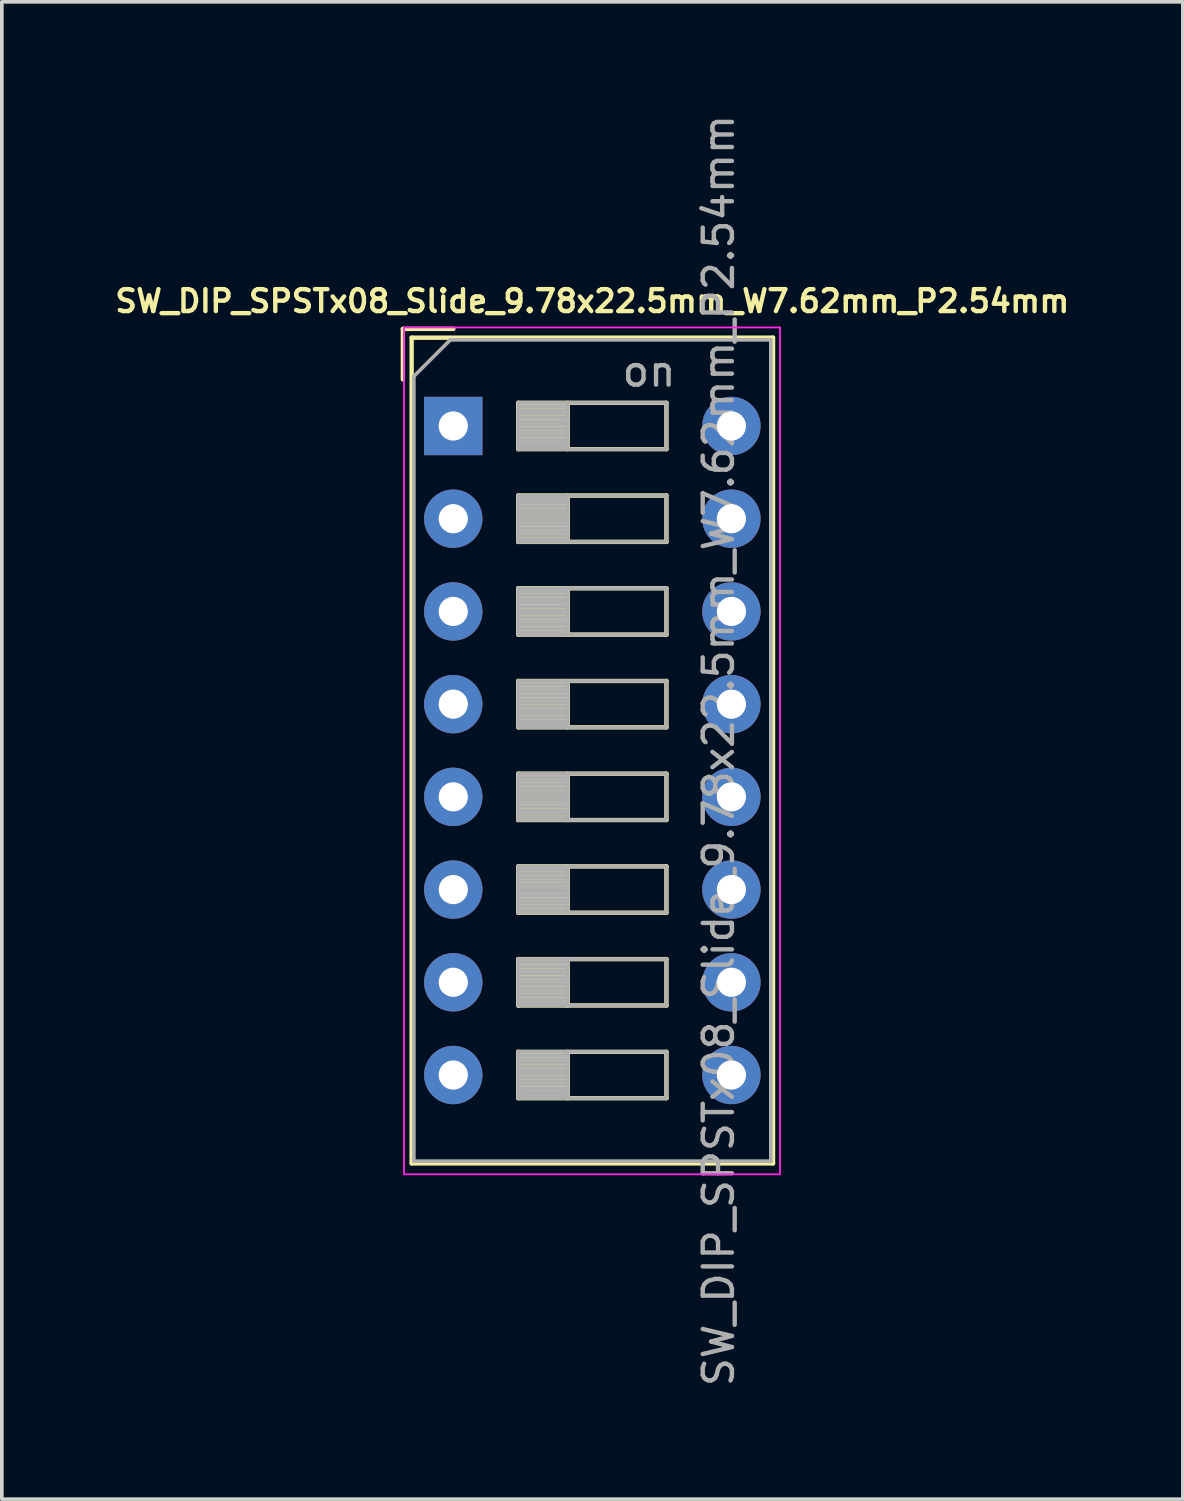
<source format=kicad_pcb>
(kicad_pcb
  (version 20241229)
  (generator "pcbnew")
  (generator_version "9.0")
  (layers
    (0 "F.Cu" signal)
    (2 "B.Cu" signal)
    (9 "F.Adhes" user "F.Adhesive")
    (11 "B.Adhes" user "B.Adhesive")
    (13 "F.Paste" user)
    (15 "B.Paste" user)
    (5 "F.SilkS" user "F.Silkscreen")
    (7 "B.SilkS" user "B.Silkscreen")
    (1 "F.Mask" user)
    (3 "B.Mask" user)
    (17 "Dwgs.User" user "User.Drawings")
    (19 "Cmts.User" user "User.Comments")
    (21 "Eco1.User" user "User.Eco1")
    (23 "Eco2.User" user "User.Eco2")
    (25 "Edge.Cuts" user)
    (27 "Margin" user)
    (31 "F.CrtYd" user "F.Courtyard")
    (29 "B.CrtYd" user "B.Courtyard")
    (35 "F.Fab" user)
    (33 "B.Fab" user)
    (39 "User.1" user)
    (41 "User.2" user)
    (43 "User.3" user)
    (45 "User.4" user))
  (footprint "SW_DIP_SPSTx08_Slide_9.78x22.5mm_W7.62mm_P2.54mm"
    (layer "F.Cu")
    (at 9.367 8.62)
    (property "Reference" "SW_DIP_SPSTx08_Slide_9.78x22.5mm_W7.62mm_P2.54mm" (at 3.81 -3.42 180) (layer "F.SilkS") (effects (font (size 0.6 0.6) (thickness 0.12))))
    (attr through_hole)
    (fp_line (start -1.38 -2.66) (end -1.38 -1.277) (stroke (width 0.12) (type solid)) (layer "F.SilkS"))
    (fp_line (start -1.38 -2.66) (end 0.004 -2.66) (stroke (width 0.12) (type solid)) (layer "F.SilkS"))
    (fp_line (start -1.14 -2.42) (end -1.14 20.201) (stroke (width 0.12) (type solid)) (layer "F.SilkS"))
    (fp_line (start -1.14 -2.42) (end 8.76 -2.42) (stroke (width 0.12) (type solid)) (layer "F.SilkS"))
    (fp_line (start -1.14 20.201) (end 8.76 20.201) (stroke (width 0.12) (type solid)) (layer "F.SilkS"))
    (fp_line (start 1.78 -0.635) (end 1.78 0.635) (stroke (width 0.12) (type solid)) (layer "F.SilkS"))
    (fp_line (start 1.78 -0.515) (end 3.133 -0.515) (stroke (width 0.12) (type solid)) (layer "F.SilkS"))
    (fp_line (start 1.78 -0.395) (end 3.133 -0.395) (stroke (width 0.12) (type solid)) (layer "F.SilkS"))
    (fp_line (start 1.78 -0.275) (end 3.133 -0.275) (stroke (width 0.12) (type solid)) (layer "F.SilkS"))
    (fp_line (start 1.78 -0.155) (end 3.133 -0.155) (stroke (width 0.12) (type solid)) (layer "F.SilkS"))
    (fp_line (start 1.78 -0.035) (end 3.133 -0.035) (stroke (width 0.12) (type solid)) (layer "F.SilkS"))
    (fp_line (start 1.78 0.085) (end 3.133 0.085) (stroke (width 0.12) (type solid)) (layer "F.SilkS"))
    (fp_line (start 1.78 0.205) (end 3.133 0.205) (stroke (width 0.12) (type solid)) (layer "F.SilkS"))
    (fp_line (start 1.78 0.325) (end 3.133 0.325) (stroke (width 0.12) (type solid)) (layer "F.SilkS"))
    (fp_line (start 1.78 0.445) (end 3.133 0.445) (stroke (width 0.12) (type solid)) (layer "F.SilkS"))
    (fp_line (start 1.78 0.565) (end 3.133 0.565) (stroke (width 0.12) (type solid)) (layer "F.SilkS"))
    (fp_line (start 1.78 0.635) (end 5.84 0.635) (stroke (width 0.12) (type solid)) (layer "F.SilkS"))
    (fp_line (start 1.78 1.905) (end 1.78 3.175) (stroke (width 0.12) (type solid)) (layer "F.SilkS"))
    (fp_line (start 1.78 2.025) (end 3.133 2.025) (stroke (width 0.12) (type solid)) (layer "F.SilkS"))
    (fp_line (start 1.78 2.145) (end 3.133 2.145) (stroke (width 0.12) (type solid)) (layer "F.SilkS"))
    (fp_line (start 1.78 2.265) (end 3.133 2.265) (stroke (width 0.12) (type solid)) (layer "F.SilkS"))
    (fp_line (start 1.78 2.385) (end 3.133 2.385) (stroke (width 0.12) (type solid)) (layer "F.SilkS"))
    (fp_line (start 1.78 2.505) (end 3.133 2.505) (stroke (width 0.12) (type solid)) (layer "F.SilkS"))
    (fp_line (start 1.78 2.625) (end 3.133 2.625) (stroke (width 0.12) (type solid)) (layer "F.SilkS"))
    (fp_line (start 1.78 2.745) (end 3.133 2.745) (stroke (width 0.12) (type solid)) (layer "F.SilkS"))
    (fp_line (start 1.78 2.865) (end 3.133 2.865) (stroke (width 0.12) (type solid)) (layer "F.SilkS"))
    (fp_line (start 1.78 2.985) (end 3.133 2.985) (stroke (width 0.12) (type solid)) (layer "F.SilkS"))
    (fp_line (start 1.78 3.105) (end 3.133 3.105) (stroke (width 0.12) (type solid)) (layer "F.SilkS"))
    (fp_line (start 1.78 3.175) (end 5.84 3.175) (stroke (width 0.12) (type solid)) (layer "F.SilkS"))
    (fp_line (start 1.78 4.445) (end 1.78 5.715) (stroke (width 0.12) (type solid)) (layer "F.SilkS"))
    (fp_line (start 1.78 4.565) (end 3.133 4.565) (stroke (width 0.12) (type solid)) (layer "F.SilkS"))
    (fp_line (start 1.78 4.685) (end 3.133 4.685) (stroke (width 0.12) (type solid)) (layer "F.SilkS"))
    (fp_line (start 1.78 4.805) (end 3.133 4.805) (stroke (width 0.12) (type solid)) (layer "F.SilkS"))
    (fp_line (start 1.78 4.925) (end 3.133 4.925) (stroke (width 0.12) (type solid)) (layer "F.SilkS"))
    (fp_line (start 1.78 5.045) (end 3.133 5.045) (stroke (width 0.12) (type solid)) (layer "F.SilkS"))
    (fp_line (start 1.78 5.165) (end 3.133 5.165) (stroke (width 0.12) (type solid)) (layer "F.SilkS"))
    (fp_line (start 1.78 5.285) (end 3.133 5.285) (stroke (width 0.12) (type solid)) (layer "F.SilkS"))
    (fp_line (start 1.78 5.405) (end 3.133 5.405) (stroke (width 0.12) (type solid)) (layer "F.SilkS"))
    (fp_line (start 1.78 5.525) (end 3.133 5.525) (stroke (width 0.12) (type solid)) (layer "F.SilkS"))
    (fp_line (start 1.78 5.645) (end 3.133 5.645) (stroke (width 0.12) (type solid)) (layer "F.SilkS"))
    (fp_line (start 1.78 5.715) (end 5.84 5.715) (stroke (width 0.12) (type solid)) (layer "F.SilkS"))
    (fp_line (start 1.78 6.985) (end 1.78 8.255) (stroke (width 0.12) (type solid)) (layer "F.SilkS"))
    (fp_line (start 1.78 7.105) (end 3.133 7.105) (stroke (width 0.12) (type solid)) (layer "F.SilkS"))
    (fp_line (start 1.78 7.225) (end 3.133 7.225) (stroke (width 0.12) (type solid)) (layer "F.SilkS"))
    (fp_line (start 1.78 7.345) (end 3.133 7.345) (stroke (width 0.12) (type solid)) (layer "F.SilkS"))
    (fp_line (start 1.78 7.465) (end 3.133 7.465) (stroke (width 0.12) (type solid)) (layer "F.SilkS"))
    (fp_line (start 1.78 7.585) (end 3.133 7.585) (stroke (width 0.12) (type solid)) (layer "F.SilkS"))
    (fp_line (start 1.78 7.705) (end 3.133 7.705) (stroke (width 0.12) (type solid)) (layer "F.SilkS"))
    (fp_line (start 1.78 7.825) (end 3.133 7.825) (stroke (width 0.12) (type solid)) (layer "F.SilkS"))
    (fp_line (start 1.78 7.945) (end 3.133 7.945) (stroke (width 0.12) (type solid)) (layer "F.SilkS"))
    (fp_line (start 1.78 8.065) (end 3.133 8.065) (stroke (width 0.12) (type solid)) (layer "F.SilkS"))
    (fp_line (start 1.78 8.185) (end 3.133 8.185) (stroke (width 0.12) (type solid)) (layer "F.SilkS"))
    (fp_line (start 1.78 8.255) (end 5.84 8.255) (stroke (width 0.12) (type solid)) (layer "F.SilkS"))
    (fp_line (start 1.78 9.525) (end 1.78 10.795) (stroke (width 0.12) (type solid)) (layer "F.SilkS"))
    (fp_line (start 1.78 9.645) (end 3.133 9.645) (stroke (width 0.12) (type solid)) (layer "F.SilkS"))
    (fp_line (start 1.78 9.765) (end 3.133 9.765) (stroke (width 0.12) (type solid)) (layer "F.SilkS"))
    (fp_line (start 1.78 9.885) (end 3.133 9.885) (stroke (width 0.12) (type solid)) (layer "F.SilkS"))
    (fp_line (start 1.78 10.005) (end 3.133 10.005) (stroke (width 0.12) (type solid)) (layer "F.SilkS"))
    (fp_line (start 1.78 10.125) (end 3.133 10.125) (stroke (width 0.12) (type solid)) (layer "F.SilkS"))
    (fp_line (start 1.78 10.245) (end 3.133 10.245) (stroke (width 0.12) (type solid)) (layer "F.SilkS"))
    (fp_line (start 1.78 10.365) (end 3.133 10.365) (stroke (width 0.12) (type solid)) (layer "F.SilkS"))
    (fp_line (start 1.78 10.485) (end 3.133 10.485) (stroke (width 0.12) (type solid)) (layer "F.SilkS"))
    (fp_line (start 1.78 10.605) (end 3.133 10.605) (stroke (width 0.12) (type solid)) (layer "F.SilkS"))
    (fp_line (start 1.78 10.725) (end 3.133 10.725) (stroke (width 0.12) (type solid)) (layer "F.SilkS"))
    (fp_line (start 1.78 10.795) (end 5.84 10.795) (stroke (width 0.12) (type solid)) (layer "F.SilkS"))
    (fp_line (start 1.78 12.065) (end 1.78 13.335) (stroke (width 0.12) (type solid)) (layer "F.SilkS"))
    (fp_line (start 1.78 12.185) (end 3.133 12.185) (stroke (width 0.12) (type solid)) (layer "F.SilkS"))
    (fp_line (start 1.78 12.305) (end 3.133 12.305) (stroke (width 0.12) (type solid)) (layer "F.SilkS"))
    (fp_line (start 1.78 12.425) (end 3.133 12.425) (stroke (width 0.12) (type solid)) (layer "F.SilkS"))
    (fp_line (start 1.78 12.545) (end 3.133 12.545) (stroke (width 0.12) (type solid)) (layer "F.SilkS"))
    (fp_line (start 1.78 12.665) (end 3.133 12.665) (stroke (width 0.12) (type solid)) (layer "F.SilkS"))
    (fp_line (start 1.78 12.785) (end 3.133 12.785) (stroke (width 0.12) (type solid)) (layer "F.SilkS"))
    (fp_line (start 1.78 12.905) (end 3.133 12.905) (stroke (width 0.12) (type solid)) (layer "F.SilkS"))
    (fp_line (start 1.78 13.025) (end 3.133 13.025) (stroke (width 0.12) (type solid)) (layer "F.SilkS"))
    (fp_line (start 1.78 13.145) (end 3.133 13.145) (stroke (width 0.12) (type solid)) (layer "F.SilkS"))
    (fp_line (start 1.78 13.265) (end 3.133 13.265) (stroke (width 0.12) (type solid)) (layer "F.SilkS"))
    (fp_line (start 1.78 13.335) (end 5.84 13.335) (stroke (width 0.12) (type solid)) (layer "F.SilkS"))
    (fp_line (start 1.78 14.605) (end 1.78 15.875) (stroke (width 0.12) (type solid)) (layer "F.SilkS"))
    (fp_line (start 1.78 14.725) (end 3.133 14.725) (stroke (width 0.12) (type solid)) (layer "F.SilkS"))
    (fp_line (start 1.78 14.845) (end 3.133 14.845) (stroke (width 0.12) (type solid)) (layer "F.SilkS"))
    (fp_line (start 1.78 14.965) (end 3.133 14.965) (stroke (width 0.12) (type solid)) (layer "F.SilkS"))
    (fp_line (start 1.78 15.085) (end 3.133 15.085) (stroke (width 0.12) (type solid)) (layer "F.SilkS"))
    (fp_line (start 1.78 15.205) (end 3.133 15.205) (stroke (width 0.12) (type solid)) (layer "F.SilkS"))
    (fp_line (start 1.78 15.325) (end 3.133 15.325) (stroke (width 0.12) (type solid)) (layer "F.SilkS"))
    (fp_line (start 1.78 15.445) (end 3.133 15.445) (stroke (width 0.12) (type solid)) (layer "F.SilkS"))
    (fp_line (start 1.78 15.565) (end 3.133 15.565) (stroke (width 0.12) (type solid)) (layer "F.SilkS"))
    (fp_line (start 1.78 15.685) (end 3.133 15.685) (stroke (width 0.12) (type solid)) (layer "F.SilkS"))
    (fp_line (start 1.78 15.805) (end 3.133 15.805) (stroke (width 0.12) (type solid)) (layer "F.SilkS"))
    (fp_line (start 1.78 15.875) (end 5.84 15.875) (stroke (width 0.12) (type solid)) (layer "F.SilkS"))
    (fp_line (start 1.78 17.145) (end 1.78 18.415) (stroke (width 0.12) (type solid)) (layer "F.SilkS"))
    (fp_line (start 1.78 17.265) (end 3.133 17.265) (stroke (width 0.12) (type solid)) (layer "F.SilkS"))
    (fp_line (start 1.78 17.385) (end 3.133 17.385) (stroke (width 0.12) (type solid)) (layer "F.SilkS"))
    (fp_line (start 1.78 17.505) (end 3.133 17.505) (stroke (width 0.12) (type solid)) (layer "F.SilkS"))
    (fp_line (start 1.78 17.625) (end 3.133 17.625) (stroke (width 0.12) (type solid)) (layer "F.SilkS"))
    (fp_line (start 1.78 17.745) (end 3.133 17.745) (stroke (width 0.12) (type solid)) (layer "F.SilkS"))
    (fp_line (start 1.78 17.865) (end 3.133 17.865) (stroke (width 0.12) (type solid)) (layer "F.SilkS"))
    (fp_line (start 1.78 17.985) (end 3.133 17.985) (stroke (width 0.12) (type solid)) (layer "F.SilkS"))
    (fp_line (start 1.78 18.105) (end 3.133 18.105) (stroke (width 0.12) (type solid)) (layer "F.SilkS"))
    (fp_line (start 1.78 18.225) (end 3.133 18.225) (stroke (width 0.12) (type solid)) (layer "F.SilkS"))
    (fp_line (start 1.78 18.345) (end 3.133 18.345) (stroke (width 0.12) (type solid)) (layer "F.SilkS"))
    (fp_line (start 1.78 18.415) (end 5.84 18.415) (stroke (width 0.12) (type solid)) (layer "F.SilkS"))
    (fp_line (start 3.133 -0.635) (end 3.133 0.635) (stroke (width 0.12) (type solid)) (layer "F.SilkS"))
    (fp_line (start 3.133 1.905) (end 3.133 3.175) (stroke (width 0.12) (type solid)) (layer "F.SilkS"))
    (fp_line (start 3.133 4.445) (end 3.133 5.715) (stroke (width 0.12) (type solid)) (layer "F.SilkS"))
    (fp_line (start 3.133 6.985) (end 3.133 8.255) (stroke (width 0.12) (type solid)) (layer "F.SilkS"))
    (fp_line (start 3.133 9.525) (end 3.133 10.795) (stroke (width 0.12) (type solid)) (layer "F.SilkS"))
    (fp_line (start 3.133 12.065) (end 3.133 13.335) (stroke (width 0.12) (type solid)) (layer "F.SilkS"))
    (fp_line (start 3.133 14.605) (end 3.133 15.875) (stroke (width 0.12) (type solid)) (layer "F.SilkS"))
    (fp_line (start 3.133 17.145) (end 3.133 18.415) (stroke (width 0.12) (type solid)) (layer "F.SilkS"))
    (fp_line (start 5.84 -0.635) (end 1.78 -0.635) (stroke (width 0.12) (type solid)) (layer "F.SilkS"))
    (fp_line (start 5.84 0.635) (end 5.84 -0.635) (stroke (width 0.12) (type solid)) (layer "F.SilkS"))
    (fp_line (start 5.84 1.905) (end 1.78 1.905) (stroke (width 0.12) (type solid)) (layer "F.SilkS"))
    (fp_line (start 5.84 3.175) (end 5.84 1.905) (stroke (width 0.12) (type solid)) (layer "F.SilkS"))
    (fp_line (start 5.84 4.445) (end 1.78 4.445) (stroke (width 0.12) (type solid)) (layer "F.SilkS"))
    (fp_line (start 5.84 5.715) (end 5.84 4.445) (stroke (width 0.12) (type solid)) (layer "F.SilkS"))
    (fp_line (start 5.84 6.985) (end 1.78 6.985) (stroke (width 0.12) (type solid)) (layer "F.SilkS"))
    (fp_line (start 5.84 8.255) (end 5.84 6.985) (stroke (width 0.12) (type solid)) (layer "F.SilkS"))
    (fp_line (start 5.84 9.525) (end 1.78 9.525) (stroke (width 0.12) (type solid)) (layer "F.SilkS"))
    (fp_line (start 5.84 10.795) (end 5.84 9.525) (stroke (width 0.12) (type solid)) (layer "F.SilkS"))
    (fp_line (start 5.84 12.065) (end 1.78 12.065) (stroke (width 0.12) (type solid)) (layer "F.SilkS"))
    (fp_line (start 5.84 13.335) (end 5.84 12.065) (stroke (width 0.12) (type solid)) (layer "F.SilkS"))
    (fp_line (start 5.84 14.605) (end 1.78 14.605) (stroke (width 0.12) (type solid)) (layer "F.SilkS"))
    (fp_line (start 5.84 15.875) (end 5.84 14.605) (stroke (width 0.12) (type solid)) (layer "F.SilkS"))
    (fp_line (start 5.84 17.145) (end 1.78 17.145) (stroke (width 0.12) (type solid)) (layer "F.SilkS"))
    (fp_line (start 5.84 18.415) (end 5.84 17.145) (stroke (width 0.12) (type solid)) (layer "F.SilkS"))
    (fp_line (start 8.76 -2.42) (end 8.76 20.201) (stroke (width 0.12) (type solid)) (layer "F.SilkS"))
    (fp_line (start -1.35 -2.7) (end -1.35 20.5) (stroke (width 0.05) (type solid)) (layer "F.CrtYd"))
    (fp_line (start -1.35 20.5) (end 8.95 20.5) (stroke (width 0.05) (type solid)) (layer "F.CrtYd"))
    (fp_line (start 8.95 -2.7) (end -1.35 -2.7) (stroke (width 0.05) (type solid)) (layer "F.CrtYd"))
    (fp_line (start 8.95 20.5) (end 8.95 -2.7) (stroke (width 0.05) (type solid)) (layer "F.CrtYd"))
    (fp_line (start -1.08 -1.36) (end -0.08 -2.36) (stroke (width 0.1) (type solid)) (layer "F.Fab"))
    (fp_line (start -1.08 20.14) (end -1.08 -1.36) (stroke (width 0.1) (type solid)) (layer "F.Fab"))
    (fp_line (start -0.08 -2.36) (end 8.7 -2.36) (stroke (width 0.1) (type solid)) (layer "F.Fab"))
    (fp_line (start 1.78 -0.635) (end 1.78 0.635) (stroke (width 0.1) (type solid)) (layer "F.Fab"))
    (fp_line (start 1.78 -0.535) (end 3.133 -0.535) (stroke (width 0.1) (type solid)) (layer "F.Fab"))
    (fp_line (start 1.78 -0.435) (end 3.133 -0.435) (stroke (width 0.1) (type solid)) (layer "F.Fab"))
    (fp_line (start 1.78 -0.335) (end 3.133 -0.335) (stroke (width 0.1) (type solid)) (layer "F.Fab"))
    (fp_line (start 1.78 -0.235) (end 3.133 -0.235) (stroke (width 0.1) (type solid)) (layer "F.Fab"))
    (fp_line (start 1.78 -0.135) (end 3.133 -0.135) (stroke (width 0.1) (type solid)) (layer "F.Fab"))
    (fp_line (start 1.78 -0.035) (end 3.133 -0.035) (stroke (width 0.1) (type solid)) (layer "F.Fab"))
    (fp_line (start 1.78 0.065) (end 3.133 0.065) (stroke (width 0.1) (type solid)) (layer "F.Fab"))
    (fp_line (start 1.78 0.165) (end 3.133 0.165) (stroke (width 0.1) (type solid)) (layer "F.Fab"))
    (fp_line (start 1.78 0.265) (end 3.133 0.265) (stroke (width 0.1) (type solid)) (layer "F.Fab"))
    (fp_line (start 1.78 0.365) (end 3.133 0.365) (stroke (width 0.1) (type solid)) (layer "F.Fab"))
    (fp_line (start 1.78 0.465) (end 3.133 0.465) (stroke (width 0.1) (type solid)) (layer "F.Fab"))
    (fp_line (start 1.78 0.565) (end 3.133 0.565) (stroke (width 0.1) (type solid)) (layer "F.Fab"))
    (fp_line (start 1.78 0.635) (end 5.84 0.635) (stroke (width 0.1) (type solid)) (layer "F.Fab"))
    (fp_line (start 1.78 1.905) (end 1.78 3.175) (stroke (width 0.1) (type solid)) (layer "F.Fab"))
    (fp_line (start 1.78 2.005) (end 3.133 2.005) (stroke (width 0.1) (type solid)) (layer "F.Fab"))
    (fp_line (start 1.78 2.105) (end 3.133 2.105) (stroke (width 0.1) (type solid)) (layer "F.Fab"))
    (fp_line (start 1.78 2.205) (end 3.133 2.205) (stroke (width 0.1) (type solid)) (layer "F.Fab"))
    (fp_line (start 1.78 2.305) (end 3.133 2.305) (stroke (width 0.1) (type solid)) (layer "F.Fab"))
    (fp_line (start 1.78 2.405) (end 3.133 2.405) (stroke (width 0.1) (type solid)) (layer "F.Fab"))
    (fp_line (start 1.78 2.505) (end 3.133 2.505) (stroke (width 0.1) (type solid)) (layer "F.Fab"))
    (fp_line (start 1.78 2.605) (end 3.133 2.605) (stroke (width 0.1) (type solid)) (layer "F.Fab"))
    (fp_line (start 1.78 2.705) (end 3.133 2.705) (stroke (width 0.1) (type solid)) (layer "F.Fab"))
    (fp_line (start 1.78 2.805) (end 3.133 2.805) (stroke (width 0.1) (type solid)) (layer "F.Fab"))
    (fp_line (start 1.78 2.905) (end 3.133 2.905) (stroke (width 0.1) (type solid)) (layer "F.Fab"))
    (fp_line (start 1.78 3.005) (end 3.133 3.005) (stroke (width 0.1) (type solid)) (layer "F.Fab"))
    (fp_line (start 1.78 3.105) (end 3.133 3.105) (stroke (width 0.1) (type solid)) (layer "F.Fab"))
    (fp_line (start 1.78 3.175) (end 5.84 3.175) (stroke (width 0.1) (type solid)) (layer "F.Fab"))
    (fp_line (start 1.78 4.445) (end 1.78 5.715) (stroke (width 0.1) (type solid)) (layer "F.Fab"))
    (fp_line (start 1.78 4.545) (end 3.133 4.545) (stroke (width 0.1) (type solid)) (layer "F.Fab"))
    (fp_line (start 1.78 4.645) (end 3.133 4.645) (stroke (width 0.1) (type solid)) (layer "F.Fab"))
    (fp_line (start 1.78 4.745) (end 3.133 4.745) (stroke (width 0.1) (type solid)) (layer "F.Fab"))
    (fp_line (start 1.78 4.845) (end 3.133 4.845) (stroke (width 0.1) (type solid)) (layer "F.Fab"))
    (fp_line (start 1.78 4.945) (end 3.133 4.945) (stroke (width 0.1) (type solid)) (layer "F.Fab"))
    (fp_line (start 1.78 5.045) (end 3.133 5.045) (stroke (width 0.1) (type solid)) (layer "F.Fab"))
    (fp_line (start 1.78 5.145) (end 3.133 5.145) (stroke (width 0.1) (type solid)) (layer "F.Fab"))
    (fp_line (start 1.78 5.245) (end 3.133 5.245) (stroke (width 0.1) (type solid)) (layer "F.Fab"))
    (fp_line (start 1.78 5.345) (end 3.133 5.345) (stroke (width 0.1) (type solid)) (layer "F.Fab"))
    (fp_line (start 1.78 5.445) (end 3.133 5.445) (stroke (width 0.1) (type solid)) (layer "F.Fab"))
    (fp_line (start 1.78 5.545) (end 3.133 5.545) (stroke (width 0.1) (type solid)) (layer "F.Fab"))
    (fp_line (start 1.78 5.645) (end 3.133 5.645) (stroke (width 0.1) (type solid)) (layer "F.Fab"))
    (fp_line (start 1.78 5.715) (end 5.84 5.715) (stroke (width 0.1) (type solid)) (layer "F.Fab"))
    (fp_line (start 1.78 6.985) (end 1.78 8.255) (stroke (width 0.1) (type solid)) (layer "F.Fab"))
    (fp_line (start 1.78 7.085) (end 3.133 7.085) (stroke (width 0.1) (type solid)) (layer "F.Fab"))
    (fp_line (start 1.78 7.185) (end 3.133 7.185) (stroke (width 0.1) (type solid)) (layer "F.Fab"))
    (fp_line (start 1.78 7.285) (end 3.133 7.285) (stroke (width 0.1) (type solid)) (layer "F.Fab"))
    (fp_line (start 1.78 7.385) (end 3.133 7.385) (stroke (width 0.1) (type solid)) (layer "F.Fab"))
    (fp_line (start 1.78 7.485) (end 3.133 7.485) (stroke (width 0.1) (type solid)) (layer "F.Fab"))
    (fp_line (start 1.78 7.585) (end 3.133 7.585) (stroke (width 0.1) (type solid)) (layer "F.Fab"))
    (fp_line (start 1.78 7.685) (end 3.133 7.685) (stroke (width 0.1) (type solid)) (layer "F.Fab"))
    (fp_line (start 1.78 7.785) (end 3.133 7.785) (stroke (width 0.1) (type solid)) (layer "F.Fab"))
    (fp_line (start 1.78 7.885) (end 3.133 7.885) (stroke (width 0.1) (type solid)) (layer "F.Fab"))
    (fp_line (start 1.78 7.985) (end 3.133 7.985) (stroke (width 0.1) (type solid)) (layer "F.Fab"))
    (fp_line (start 1.78 8.085) (end 3.133 8.085) (stroke (width 0.1) (type solid)) (layer "F.Fab"))
    (fp_line (start 1.78 8.185) (end 3.133 8.185) (stroke (width 0.1) (type solid)) (layer "F.Fab"))
    (fp_line (start 1.78 8.255) (end 5.84 8.255) (stroke (width 0.1) (type solid)) (layer "F.Fab"))
    (fp_line (start 1.78 9.525) (end 1.78 10.795) (stroke (width 0.1) (type solid)) (layer "F.Fab"))
    (fp_line (start 1.78 9.625) (end 3.133 9.625) (stroke (width 0.1) (type solid)) (layer "F.Fab"))
    (fp_line (start 1.78 9.725) (end 3.133 9.725) (stroke (width 0.1) (type solid)) (layer "F.Fab"))
    (fp_line (start 1.78 9.825) (end 3.133 9.825) (stroke (width 0.1) (type solid)) (layer "F.Fab"))
    (fp_line (start 1.78 9.925) (end 3.133 9.925) (stroke (width 0.1) (type solid)) (layer "F.Fab"))
    (fp_line (start 1.78 10.025) (end 3.133 10.025) (stroke (width 0.1) (type solid)) (layer "F.Fab"))
    (fp_line (start 1.78 10.125) (end 3.133 10.125) (stroke (width 0.1) (type solid)) (layer "F.Fab"))
    (fp_line (start 1.78 10.225) (end 3.133 10.225) (stroke (width 0.1) (type solid)) (layer "F.Fab"))
    (fp_line (start 1.78 10.325) (end 3.133 10.325) (stroke (width 0.1) (type solid)) (layer "F.Fab"))
    (fp_line (start 1.78 10.425) (end 3.133 10.425) (stroke (width 0.1) (type solid)) (layer "F.Fab"))
    (fp_line (start 1.78 10.525) (end 3.133 10.525) (stroke (width 0.1) (type solid)) (layer "F.Fab"))
    (fp_line (start 1.78 10.625) (end 3.133 10.625) (stroke (width 0.1) (type solid)) (layer "F.Fab"))
    (fp_line (start 1.78 10.725) (end 3.133 10.725) (stroke (width 0.1) (type solid)) (layer "F.Fab"))
    (fp_line (start 1.78 10.795) (end 5.84 10.795) (stroke (width 0.1) (type solid)) (layer "F.Fab"))
    (fp_line (start 1.78 12.065) (end 1.78 13.335) (stroke (width 0.1) (type solid)) (layer "F.Fab"))
    (fp_line (start 1.78 12.165) (end 3.133 12.165) (stroke (width 0.1) (type solid)) (layer "F.Fab"))
    (fp_line (start 1.78 12.265) (end 3.133 12.265) (stroke (width 0.1) (type solid)) (layer "F.Fab"))
    (fp_line (start 1.78 12.365) (end 3.133 12.365) (stroke (width 0.1) (type solid)) (layer "F.Fab"))
    (fp_line (start 1.78 12.465) (end 3.133 12.465) (stroke (width 0.1) (type solid)) (layer "F.Fab"))
    (fp_line (start 1.78 12.565) (end 3.133 12.565) (stroke (width 0.1) (type solid)) (layer "F.Fab"))
    (fp_line (start 1.78 12.665) (end 3.133 12.665) (stroke (width 0.1) (type solid)) (layer "F.Fab"))
    (fp_line (start 1.78 12.765) (end 3.133 12.765) (stroke (width 0.1) (type solid)) (layer "F.Fab"))
    (fp_line (start 1.78 12.865) (end 3.133 12.865) (stroke (width 0.1) (type solid)) (layer "F.Fab"))
    (fp_line (start 1.78 12.965) (end 3.133 12.965) (stroke (width 0.1) (type solid)) (layer "F.Fab"))
    (fp_line (start 1.78 13.065) (end 3.133 13.065) (stroke (width 0.1) (type solid)) (layer "F.Fab"))
    (fp_line (start 1.78 13.165) (end 3.133 13.165) (stroke (width 0.1) (type solid)) (layer "F.Fab"))
    (fp_line (start 1.78 13.265) (end 3.133 13.265) (stroke (width 0.1) (type solid)) (layer "F.Fab"))
    (fp_line (start 1.78 13.335) (end 5.84 13.335) (stroke (width 0.1) (type solid)) (layer "F.Fab"))
    (fp_line (start 1.78 14.605) (end 1.78 15.875) (stroke (width 0.1) (type solid)) (layer "F.Fab"))
    (fp_line (start 1.78 14.705) (end 3.133 14.705) (stroke (width 0.1) (type solid)) (layer "F.Fab"))
    (fp_line (start 1.78 14.805) (end 3.133 14.805) (stroke (width 0.1) (type solid)) (layer "F.Fab"))
    (fp_line (start 1.78 14.905) (end 3.133 14.905) (stroke (width 0.1) (type solid)) (layer "F.Fab"))
    (fp_line (start 1.78 15.005) (end 3.133 15.005) (stroke (width 0.1) (type solid)) (layer "F.Fab"))
    (fp_line (start 1.78 15.105) (end 3.133 15.105) (stroke (width 0.1) (type solid)) (layer "F.Fab"))
    (fp_line (start 1.78 15.205) (end 3.133 15.205) (stroke (width 0.1) (type solid)) (layer "F.Fab"))
    (fp_line (start 1.78 15.305) (end 3.133 15.305) (stroke (width 0.1) (type solid)) (layer "F.Fab"))
    (fp_line (start 1.78 15.405) (end 3.133 15.405) (stroke (width 0.1) (type solid)) (layer "F.Fab"))
    (fp_line (start 1.78 15.505) (end 3.133 15.505) (stroke (width 0.1) (type solid)) (layer "F.Fab"))
    (fp_line (start 1.78 15.605) (end 3.133 15.605) (stroke (width 0.1) (type solid)) (layer "F.Fab"))
    (fp_line (start 1.78 15.705) (end 3.133 15.705) (stroke (width 0.1) (type solid)) (layer "F.Fab"))
    (fp_line (start 1.78 15.805) (end 3.133 15.805) (stroke (width 0.1) (type solid)) (layer "F.Fab"))
    (fp_line (start 1.78 15.875) (end 5.84 15.875) (stroke (width 0.1) (type solid)) (layer "F.Fab"))
    (fp_line (start 1.78 17.145) (end 1.78 18.415) (stroke (width 0.1) (type solid)) (layer "F.Fab"))
    (fp_line (start 1.78 17.245) (end 3.133 17.245) (stroke (width 0.1) (type solid)) (layer "F.Fab"))
    (fp_line (start 1.78 17.345) (end 3.133 17.345) (stroke (width 0.1) (type solid)) (layer "F.Fab"))
    (fp_line (start 1.78 17.445) (end 3.133 17.445) (stroke (width 0.1) (type solid)) (layer "F.Fab"))
    (fp_line (start 1.78 17.545) (end 3.133 17.545) (stroke (width 0.1) (type solid)) (layer "F.Fab"))
    (fp_line (start 1.78 17.645) (end 3.133 17.645) (stroke (width 0.1) (type solid)) (layer "F.Fab"))
    (fp_line (start 1.78 17.745) (end 3.133 17.745) (stroke (width 0.1) (type solid)) (layer "F.Fab"))
    (fp_line (start 1.78 17.845) (end 3.133 17.845) (stroke (width 0.1) (type solid)) (layer "F.Fab"))
    (fp_line (start 1.78 17.945) (end 3.133 17.945) (stroke (width 0.1) (type solid)) (layer "F.Fab"))
    (fp_line (start 1.78 18.045) (end 3.133 18.045) (stroke (width 0.1) (type solid)) (layer "F.Fab"))
    (fp_line (start 1.78 18.145) (end 3.133 18.145) (stroke (width 0.1) (type solid)) (layer "F.Fab"))
    (fp_line (start 1.78 18.245) (end 3.133 18.245) (stroke (width 0.1) (type solid)) (layer "F.Fab"))
    (fp_line (start 1.78 18.345) (end 3.133 18.345) (stroke (width 0.1) (type solid)) (layer "F.Fab"))
    (fp_line (start 1.78 18.415) (end 5.84 18.415) (stroke (width 0.1) (type solid)) (layer "F.Fab"))
    (fp_line (start 3.133 -0.635) (end 3.133 0.635) (stroke (width 0.1) (type solid)) (layer "F.Fab"))
    (fp_line (start 3.133 1.905) (end 3.133 3.175) (stroke (width 0.1) (type solid)) (layer "F.Fab"))
    (fp_line (start 3.133 4.445) (end 3.133 5.715) (stroke (width 0.1) (type solid)) (layer "F.Fab"))
    (fp_line (start 3.133 6.985) (end 3.133 8.255) (stroke (width 0.1) (type solid)) (layer "F.Fab"))
    (fp_line (start 3.133 9.525) (end 3.133 10.795) (stroke (width 0.1) (type solid)) (layer "F.Fab"))
    (fp_line (start 3.133 12.065) (end 3.133 13.335) (stroke (width 0.1) (type solid)) (layer "F.Fab"))
    (fp_line (start 3.133 14.605) (end 3.133 15.875) (stroke (width 0.1) (type solid)) (layer "F.Fab"))
    (fp_line (start 3.133 17.145) (end 3.133 18.415) (stroke (width 0.1) (type solid)) (layer "F.Fab"))
    (fp_line (start 5.84 -0.635) (end 1.78 -0.635) (stroke (width 0.1) (type solid)) (layer "F.Fab"))
    (fp_line (start 5.84 0.635) (end 5.84 -0.635) (stroke (width 0.1) (type solid)) (layer "F.Fab"))
    (fp_line (start 5.84 1.905) (end 1.78 1.905) (stroke (width 0.1) (type solid)) (layer "F.Fab"))
    (fp_line (start 5.84 3.175) (end 5.84 1.905) (stroke (width 0.1) (type solid)) (layer "F.Fab"))
    (fp_line (start 5.84 4.445) (end 1.78 4.445) (stroke (width 0.1) (type solid)) (layer "F.Fab"))
    (fp_line (start 5.84 5.715) (end 5.84 4.445) (stroke (width 0.1) (type solid)) (layer "F.Fab"))
    (fp_line (start 5.84 6.985) (end 1.78 6.985) (stroke (width 0.1) (type solid)) (layer "F.Fab"))
    (fp_line (start 5.84 8.255) (end 5.84 6.985) (stroke (width 0.1) (type solid)) (layer "F.Fab"))
    (fp_line (start 5.84 9.525) (end 1.78 9.525) (stroke (width 0.1) (type solid)) (layer "F.Fab"))
    (fp_line (start 5.84 10.795) (end 5.84 9.525) (stroke (width 0.1) (type solid)) (layer "F.Fab"))
    (fp_line (start 5.84 12.065) (end 1.78 12.065) (stroke (width 0.1) (type solid)) (layer "F.Fab"))
    (fp_line (start 5.84 13.335) (end 5.84 12.065) (stroke (width 0.1) (type solid)) (layer "F.Fab"))
    (fp_line (start 5.84 14.605) (end 1.78 14.605) (stroke (width 0.1) (type solid)) (layer "F.Fab"))
    (fp_line (start 5.84 15.875) (end 5.84 14.605) (stroke (width 0.1) (type solid)) (layer "F.Fab"))
    (fp_line (start 5.84 17.145) (end 1.78 17.145) (stroke (width 0.1) (type solid)) (layer "F.Fab"))
    (fp_line (start 5.84 18.415) (end 5.84 17.145) (stroke (width 0.1) (type solid)) (layer "F.Fab"))
    (fp_line (start 8.7 -2.36) (end 8.7 20.14) (stroke (width 0.1) (type solid)) (layer "F.Fab"))
    (fp_line (start 8.7 20.14) (end -1.08 20.14) (stroke (width 0.1) (type solid)) (layer "F.Fab"))
    (fp_text user "${REFERENCE}" (at 7.27 8.89 90) (layer "F.Fab") (effects (font (size 0.8 0.8) (thickness 0.12))))
    (fp_text user "on" (at 5.365 -1.498 180) (layer "F.Fab") (effects (font (size 0.8 0.8) (thickness 0.12))))
    (pad "1" thru_hole rect (at 0 0) (size 1.6 1.6) (drill 0.8) (layers "*.Cu" "*.Mask"))
    (pad "2" thru_hole oval (at 0 2.54) (size 1.6 1.6) (drill 0.8) (layers "*.Cu" "*.Mask"))
    (pad "3" thru_hole oval (at 0 5.08) (size 1.6 1.6) (drill 0.8) (layers "*.Cu" "*.Mask"))
    (pad "4" thru_hole oval (at 0 7.62) (size 1.6 1.6) (drill 0.8) (layers "*.Cu" "*.Mask"))
    (pad "5" thru_hole oval (at 0 10.16) (size 1.6 1.6) (drill 0.8) (layers "*.Cu" "*.Mask"))
    (pad "6" thru_hole oval (at 0 12.7) (size 1.6 1.6) (drill 0.8) (layers "*.Cu" "*.Mask"))
    (pad "7" thru_hole oval (at 0 15.24) (size 1.6 1.6) (drill 0.8) (layers "*.Cu" "*.Mask"))
    (pad "8" thru_hole oval (at 0 17.78) (size 1.6 1.6) (drill 0.8) (layers "*.Cu" "*.Mask"))
    (pad "9" thru_hole oval (at 7.62 17.78) (size 1.6 1.6) (drill 0.8) (layers "*.Cu" "*.Mask"))
    (pad "10" thru_hole oval (at 7.62 15.24) (size 1.6 1.6) (drill 0.8) (layers "*.Cu" "*.Mask"))
    (pad "11" thru_hole oval (at 7.62 12.7) (size 1.6 1.6) (drill 0.8) (layers "*.Cu" "*.Mask"))
    (pad "12" thru_hole oval (at 7.62 10.16) (size 1.6 1.6) (drill 0.8) (layers "*.Cu" "*.Mask"))
    (pad "13" thru_hole oval (at 7.62 7.62) (size 1.6 1.6) (drill 0.8) (layers "*.Cu" "*.Mask"))
    (pad "14" thru_hole oval (at 7.62 5.08) (size 1.6 1.6) (drill 0.8) (layers "*.Cu" "*.Mask"))
    (pad "15" thru_hole oval (at 7.62 2.54) (size 1.6 1.6) (drill 0.8) (layers "*.Cu" "*.Mask"))
    (pad "16" thru_hole oval (at 7.62 0) (size 1.6 1.6) (drill 0.8) (layers "*.Cu" "*.Mask")))
  (gr_rect
    (start -3 -3)
    (end 29.354 38.019)
    (stroke (width 0.1) (type default))
    (fill no)
    (layer "Edge.Cuts")))
</source>
